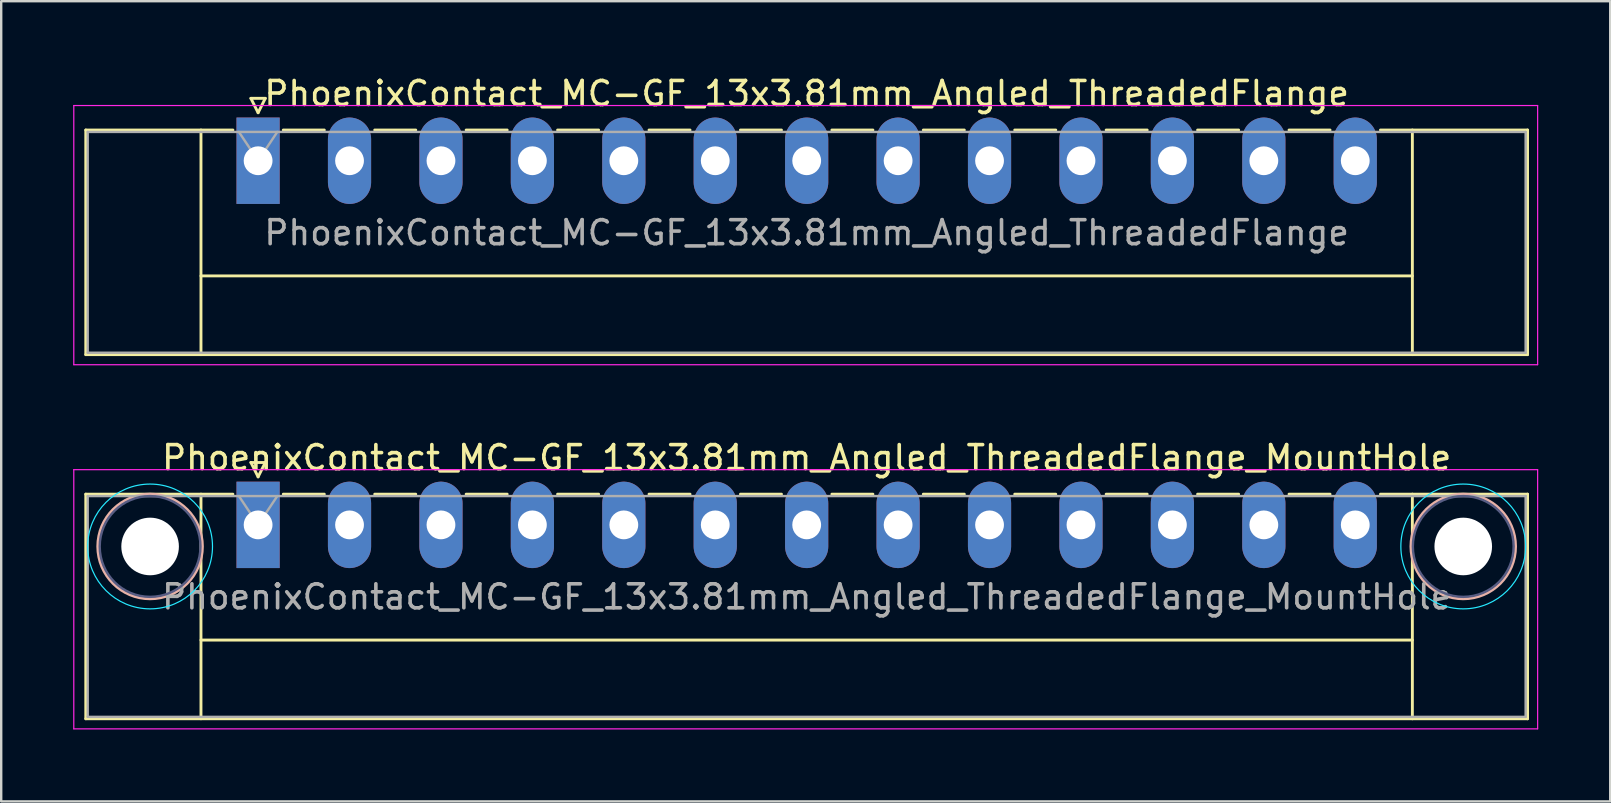
<source format=kicad_pcb>
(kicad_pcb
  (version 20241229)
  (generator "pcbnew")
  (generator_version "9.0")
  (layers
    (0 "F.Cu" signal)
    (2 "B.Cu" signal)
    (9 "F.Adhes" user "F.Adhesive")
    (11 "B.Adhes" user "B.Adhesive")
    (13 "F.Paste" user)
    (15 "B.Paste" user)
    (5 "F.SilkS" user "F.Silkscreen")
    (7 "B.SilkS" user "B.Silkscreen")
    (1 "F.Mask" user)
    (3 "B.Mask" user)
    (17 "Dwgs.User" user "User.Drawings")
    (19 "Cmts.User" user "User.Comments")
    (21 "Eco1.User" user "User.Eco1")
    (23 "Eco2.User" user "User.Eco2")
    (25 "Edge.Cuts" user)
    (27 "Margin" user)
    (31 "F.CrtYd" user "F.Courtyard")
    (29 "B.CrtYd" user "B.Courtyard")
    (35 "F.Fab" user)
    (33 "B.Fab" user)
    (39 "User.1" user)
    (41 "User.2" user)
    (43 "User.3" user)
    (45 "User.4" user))
  (footprint "PhoenixContact_MC-GF_13x3.81mm_Angled_ThreadedFlange_MountHole"
    (layer "F.Cu")
    (at 7.705 18.822)
    (property "Reference" "PhoenixContact_MC-GF_13x3.81mm_Angled_ThreadedFlange_MountHole" (at 22.86 -2.8 0) (layer "F.SilkS") (effects (font (size 1 1) (thickness 0.15))))
    (attr through_hole)
    (fp_line (start -7.18 -1.28) (end -7.18 8.08) (stroke (width 0.12) (type solid)) (layer "F.SilkS"))
    (fp_line (start -7.18 -1.28) (end -1.05 -1.28) (stroke (width 0.12) (type solid)) (layer "F.SilkS"))
    (fp_line (start -7.18 8.08) (end 52.9 8.08) (stroke (width 0.12) (type solid)) (layer "F.SilkS"))
    (fp_line (start -2.38 -1.28) (end -2.38 8.08) (stroke (width 0.12) (type solid)) (layer "F.SilkS"))
    (fp_line (start -2.38 4.8) (end 48.1 4.8) (stroke (width 0.12) (type solid)) (layer "F.SilkS"))
    (fp_line (start -0.3 -2.6) (end 0.3 -2.6) (stroke (width 0.12) (type solid)) (layer "F.SilkS"))
    (fp_line (start 0 -2) (end -0.3 -2.6) (stroke (width 0.12) (type solid)) (layer "F.SilkS"))
    (fp_line (start 0.3 -2.6) (end 0 -2) (stroke (width 0.12) (type solid)) (layer "F.SilkS"))
    (fp_line (start 1.05 -1.28) (end 2.76 -1.28) (stroke (width 0.12) (type solid)) (layer "F.SilkS"))
    (fp_line (start 4.86 -1.28) (end 6.57 -1.28) (stroke (width 0.12) (type solid)) (layer "F.SilkS"))
    (fp_line (start 8.67 -1.28) (end 10.38 -1.28) (stroke (width 0.12) (type solid)) (layer "F.SilkS"))
    (fp_line (start 12.48 -1.28) (end 14.19 -1.28) (stroke (width 0.12) (type solid)) (layer "F.SilkS"))
    (fp_line (start 16.29 -1.28) (end 18 -1.28) (stroke (width 0.12) (type solid)) (layer "F.SilkS"))
    (fp_line (start 20.1 -1.28) (end 21.81 -1.28) (stroke (width 0.12) (type solid)) (layer "F.SilkS"))
    (fp_line (start 23.91 -1.28) (end 25.62 -1.28) (stroke (width 0.12) (type solid)) (layer "F.SilkS"))
    (fp_line (start 27.72 -1.28) (end 29.43 -1.28) (stroke (width 0.12) (type solid)) (layer "F.SilkS"))
    (fp_line (start 31.53 -1.28) (end 33.24 -1.28) (stroke (width 0.12) (type solid)) (layer "F.SilkS"))
    (fp_line (start 35.34 -1.28) (end 37.05 -1.28) (stroke (width 0.12) (type solid)) (layer "F.SilkS"))
    (fp_line (start 39.15 -1.28) (end 40.86 -1.28) (stroke (width 0.12) (type solid)) (layer "F.SilkS"))
    (fp_line (start 42.96 -1.28) (end 44.67 -1.28) (stroke (width 0.12) (type solid)) (layer "F.SilkS"))
    (fp_line (start 48.1 -1.28) (end 48.1 8.08) (stroke (width 0.12) (type solid)) (layer "F.SilkS"))
    (fp_line (start 52.9 -1.28) (end 46.77 -1.28) (stroke (width 0.12) (type solid)) (layer "F.SilkS"))
    (fp_line (start 52.9 8.08) (end 52.9 -1.28) (stroke (width 0.12) (type solid)) (layer "F.SilkS"))
    (fp_circle (center -4.5 0.9) (end -2.32 0.9) (stroke (width 0.12) (type solid)) (fill no) (layer "B.SilkS"))
    (fp_circle (center 50.22 0.9) (end 52.4 0.9) (stroke (width 0.12) (type solid)) (fill no) (layer "B.SilkS"))
    (fp_circle (center -4.5 0.9) (end -1.9 0.9) (stroke (width 0.05) (type solid)) (fill no) (layer "B.CrtYd"))
    (fp_circle (center 50.22 0.9) (end 52.82 0.9) (stroke (width 0.05) (type solid)) (fill no) (layer "B.CrtYd"))
    (fp_line (start -7.68 -2.3) (end -7.68 8.5) (stroke (width 0.05) (type solid)) (layer "F.CrtYd"))
    (fp_line (start -7.68 8.5) (end 53.32 8.5) (stroke (width 0.05) (type solid)) (layer "F.CrtYd"))
    (fp_line (start 53.32 -2.3) (end -7.68 -2.3) (stroke (width 0.05) (type solid)) (layer "F.CrtYd"))
    (fp_line (start 53.32 8.5) (end 53.32 -2.3) (stroke (width 0.05) (type solid)) (layer "F.CrtYd"))
    (fp_circle (center -4.5 0.9) (end -2.4 0.9) (stroke (width 0.1) (type solid)) (fill no) (layer "B.Fab"))
    (fp_circle (center 50.22 0.9) (end 52.32 0.9) (stroke (width 0.1) (type solid)) (fill no) (layer "B.Fab"))
    (fp_line (start -7.1 -1.2) (end -7.1 8) (stroke (width 0.1) (type solid)) (layer "F.Fab"))
    (fp_line (start -7.1 8) (end 52.82 8) (stroke (width 0.1) (type solid)) (layer "F.Fab"))
    (fp_line (start 0 0) (end -0.8 -1.2) (stroke (width 0.1) (type solid)) (layer "F.Fab"))
    (fp_line (start 0.8 -1.2) (end 0 0) (stroke (width 0.1) (type solid)) (layer "F.Fab"))
    (fp_line (start 52.82 -1.2) (end -7.1 -1.2) (stroke (width 0.1) (type solid)) (layer "F.Fab"))
    (fp_line (start 52.82 8) (end 52.82 -1.2) (stroke (width 0.1) (type solid)) (layer "F.Fab"))
    (fp_text user "${REFERENCE}" (at 22.86 3 0) (layer "F.Fab") (effects (font (size 1 1) (thickness 0.15))))
    (pad "" np_thru_hole circle (at -4.5 0.9) (size 2.4 2.4) (drill 2.4) (layers "*.Cu" "*.Mask"))
    (pad "" np_thru_hole circle (at 50.22 0.9) (size 2.4 2.4) (drill 2.4) (layers "*.Cu" "*.Mask"))
    (pad "1" thru_hole rect (at 0 0) (size 1.8 3.6) (drill 1.2) (layers "*.Cu" "*.Mask"))
    (pad "2" thru_hole oval (at 3.81 0) (size 1.8 3.6) (drill 1.2) (layers "*.Cu" "*.Mask"))
    (pad "3" thru_hole oval (at 7.62 0) (size 1.8 3.6) (drill 1.2) (layers "*.Cu" "*.Mask"))
    (pad "4" thru_hole oval (at 11.43 0) (size 1.8 3.6) (drill 1.2) (layers "*.Cu" "*.Mask"))
    (pad "5" thru_hole oval (at 15.24 0) (size 1.8 3.6) (drill 1.2) (layers "*.Cu" "*.Mask"))
    (pad "6" thru_hole oval (at 19.05 0) (size 1.8 3.6) (drill 1.2) (layers "*.Cu" "*.Mask"))
    (pad "7" thru_hole oval (at 22.86 0) (size 1.8 3.6) (drill 1.2) (layers "*.Cu" "*.Mask"))
    (pad "8" thru_hole oval (at 26.67 0) (size 1.8 3.6) (drill 1.2) (layers "*.Cu" "*.Mask"))
    (pad "9" thru_hole oval (at 30.48 0) (size 1.8 3.6) (drill 1.2) (layers "*.Cu" "*.Mask"))
    (pad "10" thru_hole oval (at 34.29 0) (size 1.8 3.6) (drill 1.2) (layers "*.Cu" "*.Mask"))
    (pad "11" thru_hole oval (at 38.1 0) (size 1.8 3.6) (drill 1.2) (layers "*.Cu" "*.Mask"))
    (pad "12" thru_hole oval (at 41.91 0) (size 1.8 3.6) (drill 1.2) (layers "*.Cu" "*.Mask"))
    (pad "13" thru_hole oval (at 45.72 0) (size 1.8 3.6) (drill 1.2) (layers "*.Cu" "*.Mask")))
  (footprint "PhoenixContact_MC-GF_13x3.81mm_Angled_ThreadedFlange"
    (layer "F.Cu")
    (at 7.705 3.648)
    (property "Reference" "PhoenixContact_MC-GF_13x3.81mm_Angled_ThreadedFlange" (at 22.86 -2.8 0) (layer "F.SilkS") (effects (font (size 1 1) (thickness 0.15))))
    (attr through_hole)
    (fp_line (start -7.18 -1.28) (end -7.18 8.08) (stroke (width 0.12) (type solid)) (layer "F.SilkS"))
    (fp_line (start -7.18 -1.28) (end -1.05 -1.28) (stroke (width 0.12) (type solid)) (layer "F.SilkS"))
    (fp_line (start -7.18 8.08) (end 52.9 8.08) (stroke (width 0.12) (type solid)) (layer "F.SilkS"))
    (fp_line (start -2.38 -1.28) (end -2.38 8.08) (stroke (width 0.12) (type solid)) (layer "F.SilkS"))
    (fp_line (start -2.38 4.8) (end 48.1 4.8) (stroke (width 0.12) (type solid)) (layer "F.SilkS"))
    (fp_line (start -0.3 -2.6) (end 0.3 -2.6) (stroke (width 0.12) (type solid)) (layer "F.SilkS"))
    (fp_line (start 0 -2) (end -0.3 -2.6) (stroke (width 0.12) (type solid)) (layer "F.SilkS"))
    (fp_line (start 0.3 -2.6) (end 0 -2) (stroke (width 0.12) (type solid)) (layer "F.SilkS"))
    (fp_line (start 1.05 -1.28) (end 2.76 -1.28) (stroke (width 0.12) (type solid)) (layer "F.SilkS"))
    (fp_line (start 4.86 -1.28) (end 6.57 -1.28) (stroke (width 0.12) (type solid)) (layer "F.SilkS"))
    (fp_line (start 8.67 -1.28) (end 10.38 -1.28) (stroke (width 0.12) (type solid)) (layer "F.SilkS"))
    (fp_line (start 12.48 -1.28) (end 14.19 -1.28) (stroke (width 0.12) (type solid)) (layer "F.SilkS"))
    (fp_line (start 16.29 -1.28) (end 18 -1.28) (stroke (width 0.12) (type solid)) (layer "F.SilkS"))
    (fp_line (start 20.1 -1.28) (end 21.81 -1.28) (stroke (width 0.12) (type solid)) (layer "F.SilkS"))
    (fp_line (start 23.91 -1.28) (end 25.62 -1.28) (stroke (width 0.12) (type solid)) (layer "F.SilkS"))
    (fp_line (start 27.72 -1.28) (end 29.43 -1.28) (stroke (width 0.12) (type solid)) (layer "F.SilkS"))
    (fp_line (start 31.53 -1.28) (end 33.24 -1.28) (stroke (width 0.12) (type solid)) (layer "F.SilkS"))
    (fp_line (start 35.34 -1.28) (end 37.05 -1.28) (stroke (width 0.12) (type solid)) (layer "F.SilkS"))
    (fp_line (start 39.15 -1.28) (end 40.86 -1.28) (stroke (width 0.12) (type solid)) (layer "F.SilkS"))
    (fp_line (start 42.96 -1.28) (end 44.67 -1.28) (stroke (width 0.12) (type solid)) (layer "F.SilkS"))
    (fp_line (start 48.1 -1.28) (end 48.1 8.08) (stroke (width 0.12) (type solid)) (layer "F.SilkS"))
    (fp_line (start 52.9 -1.28) (end 46.77 -1.28) (stroke (width 0.12) (type solid)) (layer "F.SilkS"))
    (fp_line (start 52.9 8.08) (end 52.9 -1.28) (stroke (width 0.12) (type solid)) (layer "F.SilkS"))
    (fp_line (start -7.68 -2.3) (end -7.68 8.5) (stroke (width 0.05) (type solid)) (layer "F.CrtYd"))
    (fp_line (start -7.68 8.5) (end 53.32 8.5) (stroke (width 0.05) (type solid)) (layer "F.CrtYd"))
    (fp_line (start 53.32 -2.3) (end -7.68 -2.3) (stroke (width 0.05) (type solid)) (layer "F.CrtYd"))
    (fp_line (start 53.32 8.5) (end 53.32 -2.3) (stroke (width 0.05) (type solid)) (layer "F.CrtYd"))
    (fp_line (start -7.1 -1.2) (end -7.1 8) (stroke (width 0.1) (type solid)) (layer "F.Fab"))
    (fp_line (start -7.1 8) (end 52.82 8) (stroke (width 0.1) (type solid)) (layer "F.Fab"))
    (fp_line (start 0 0) (end -0.8 -1.2) (stroke (width 0.1) (type solid)) (layer "F.Fab"))
    (fp_line (start 0.8 -1.2) (end 0 0) (stroke (width 0.1) (type solid)) (layer "F.Fab"))
    (fp_line (start 52.82 -1.2) (end -7.1 -1.2) (stroke (width 0.1) (type solid)) (layer "F.Fab"))
    (fp_line (start 52.82 8) (end 52.82 -1.2) (stroke (width 0.1) (type solid)) (layer "F.Fab"))
    (fp_text user "${REFERENCE}" (at 22.86 3 0) (layer "F.Fab") (effects (font (size 1 1) (thickness 0.15))))
    (pad "1" thru_hole rect (at 0 0) (size 1.8 3.6) (drill 1.2) (layers "*.Cu" "*.Mask"))
    (pad "2" thru_hole oval (at 3.81 0) (size 1.8 3.6) (drill 1.2) (layers "*.Cu" "*.Mask"))
    (pad "3" thru_hole oval (at 7.62 0) (size 1.8 3.6) (drill 1.2) (layers "*.Cu" "*.Mask"))
    (pad "4" thru_hole oval (at 11.43 0) (size 1.8 3.6) (drill 1.2) (layers "*.Cu" "*.Mask"))
    (pad "5" thru_hole oval (at 15.24 0) (size 1.8 3.6) (drill 1.2) (layers "*.Cu" "*.Mask"))
    (pad "6" thru_hole oval (at 19.05 0) (size 1.8 3.6) (drill 1.2) (layers "*.Cu" "*.Mask"))
    (pad "7" thru_hole oval (at 22.86 0) (size 1.8 3.6) (drill 1.2) (layers "*.Cu" "*.Mask"))
    (pad "8" thru_hole oval (at 26.67 0) (size 1.8 3.6) (drill 1.2) (layers "*.Cu" "*.Mask"))
    (pad "9" thru_hole oval (at 30.48 0) (size 1.8 3.6) (drill 1.2) (layers "*.Cu" "*.Mask"))
    (pad "10" thru_hole oval (at 34.29 0) (size 1.8 3.6) (drill 1.2) (layers "*.Cu" "*.Mask"))
    (pad "11" thru_hole oval (at 38.1 0) (size 1.8 3.6) (drill 1.2) (layers "*.Cu" "*.Mask"))
    (pad "12" thru_hole oval (at 41.91 0) (size 1.8 3.6) (drill 1.2) (layers "*.Cu" "*.Mask"))
    (pad "13" thru_hole oval (at 45.72 0) (size 1.8 3.6) (drill 1.2) (layers "*.Cu" "*.Mask")))
  (gr_rect
    (start -3 -3)
    (end 64.05 30.346)
    (stroke (width 0.1) (type default))
    (fill no)
    (layer "Edge.Cuts")))
</source>
